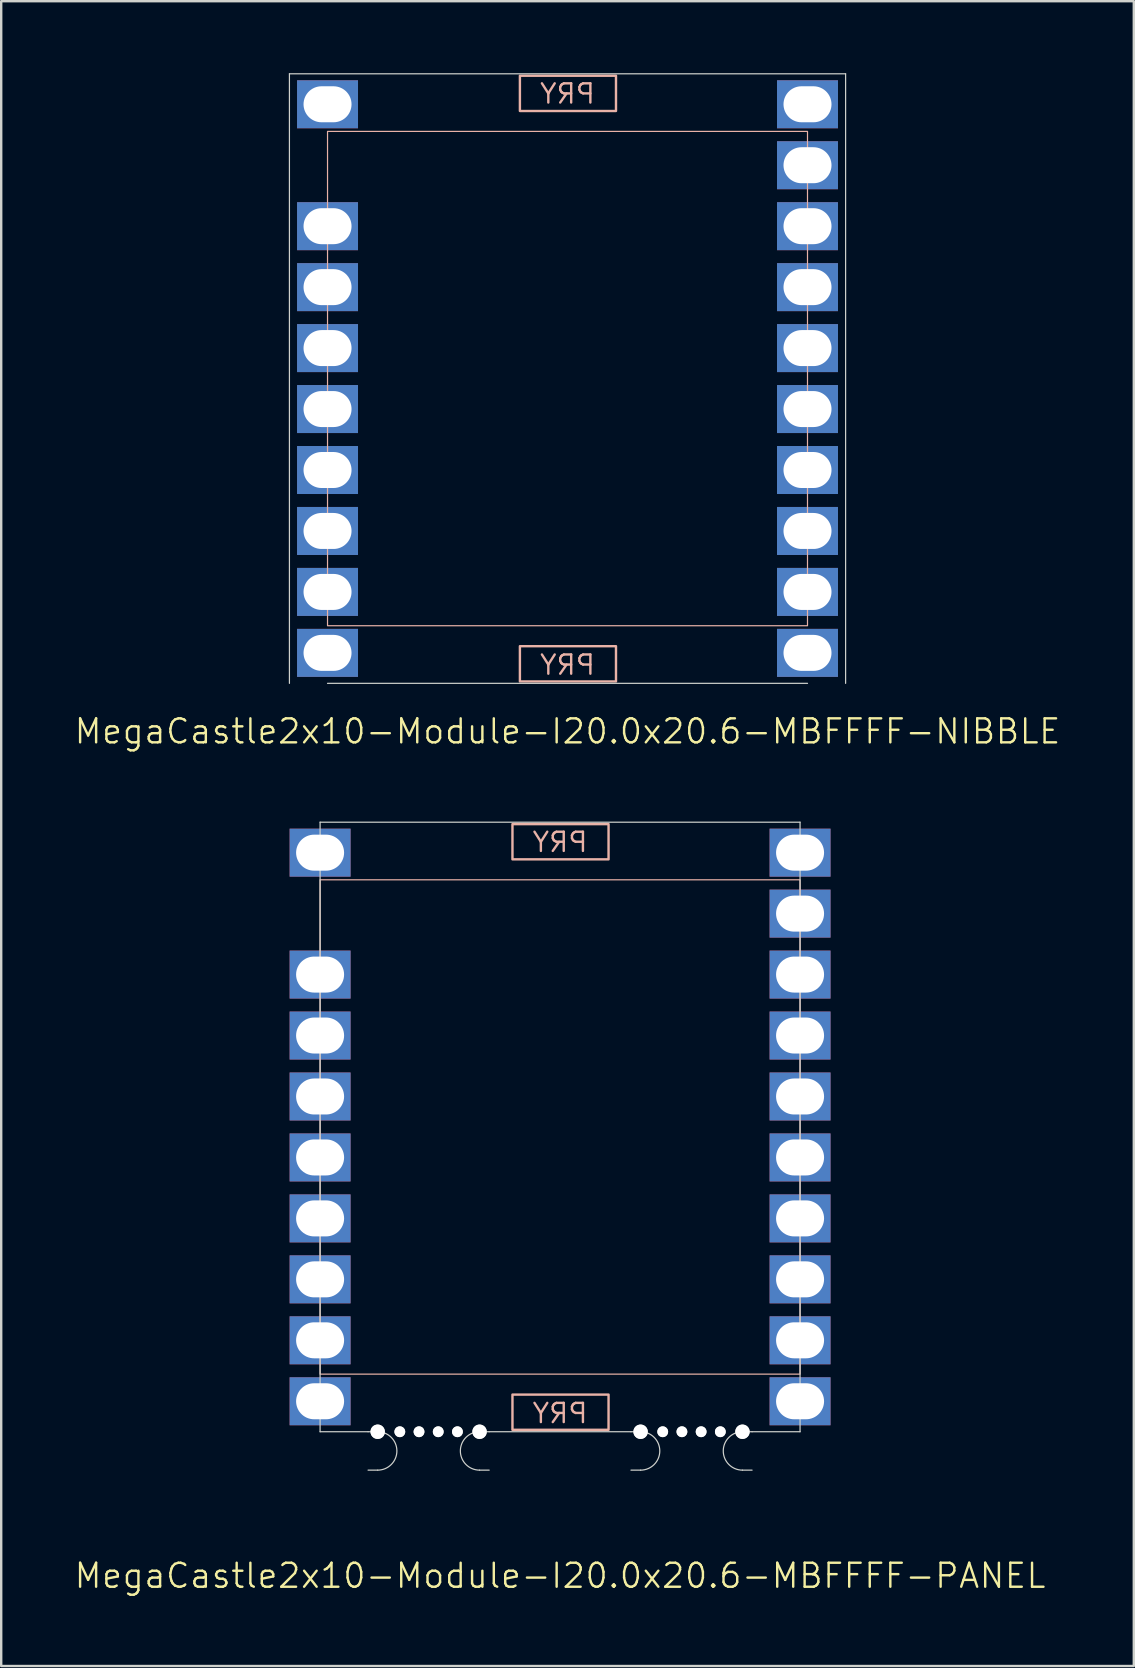
<source format=kicad_pcb>
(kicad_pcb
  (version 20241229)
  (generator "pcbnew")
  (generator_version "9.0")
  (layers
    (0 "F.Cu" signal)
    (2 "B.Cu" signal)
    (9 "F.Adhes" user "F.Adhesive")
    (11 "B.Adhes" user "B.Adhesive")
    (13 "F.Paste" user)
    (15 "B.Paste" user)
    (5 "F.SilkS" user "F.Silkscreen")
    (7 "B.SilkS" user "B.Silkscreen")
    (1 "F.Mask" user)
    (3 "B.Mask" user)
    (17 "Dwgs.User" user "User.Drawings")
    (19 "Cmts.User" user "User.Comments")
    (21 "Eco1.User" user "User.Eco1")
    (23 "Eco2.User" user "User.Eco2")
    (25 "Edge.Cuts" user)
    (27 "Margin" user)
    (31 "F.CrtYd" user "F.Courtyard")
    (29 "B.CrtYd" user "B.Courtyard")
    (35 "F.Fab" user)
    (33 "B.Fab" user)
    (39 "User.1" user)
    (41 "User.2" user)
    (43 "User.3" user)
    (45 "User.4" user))
  (footprint "MegaCastle2x10-Module-I20.0x20.6-MBFFFF-PANEL"
    (layer "F.Cu")
    (at 20.288 43.91)
    (property "Reference" "MegaCastle2x10-Module-I20.0x20.6-MBFFFF-PANEL" (at 0 18.7 0) (unlocked yes) (layer "F.SilkS") (effects (font (size 1 1) (thickness 0.1))))
    (attr smd)
    (fp_rect (start -10 10.3) (end 10 -10.3) (stroke (width 0.05) (type default)) (fill no) (layer "B.SilkS"))
    (fp_rect (start -1.984 -11.151) (end 2.02 -12.62) (stroke (width 0.1) (type default)) (fill no) (layer "B.SilkS"))
    (fp_rect (start -1.984 11.151) (end 2.02 12.62) (stroke (width 0.1) (type default)) (fill no) (layer "B.SilkS"))
    (fp_line (start -10 -12.7) (end -10 12.7) (stroke (width 0.05) (type default)) (layer "Edge.Cuts"))
    (fp_line (start -10 -12.7) (end 10 -12.7) (stroke (width 0.05) (type default)) (layer "Edge.Cuts"))
    (fp_line (start -10 12.7) (end -8 12.7) (stroke (width 0.05) (type default)) (layer "Edge.Cuts"))
    (fp_line (start -8 12.7) (end -7.6 12.7) (stroke (width 0.05) (type default)) (layer "Edge.Cuts"))
    (fp_line (start -8 14.3) (end -7.6 14.3) (stroke (width 0.05) (type default)) (layer "Edge.Cuts"))
    (fp_line (start -2.955 12.7) (end -3.355 12.7) (stroke (width 0.05) (type default)) (layer "Edge.Cuts"))
    (fp_line (start -2.955 12.7) (end 2.955 12.7) (stroke (width 0.05) (type default)) (layer "Edge.Cuts"))
    (fp_line (start -2.955 14.3) (end -3.355 14.3) (stroke (width 0.05) (type default)) (layer "Edge.Cuts"))
    (fp_line (start 2.955 12.7) (end 3.355 12.7) (stroke (width 0.05) (type default)) (layer "Edge.Cuts"))
    (fp_line (start 2.955 14.3) (end 3.355 14.3) (stroke (width 0.05) (type default)) (layer "Edge.Cuts"))
    (fp_line (start 8 12.7) (end 7.6 12.7) (stroke (width 0.05) (type default)) (layer "Edge.Cuts"))
    (fp_line (start 8 12.7) (end 10 12.7) (stroke (width 0.05) (type default)) (layer "Edge.Cuts"))
    (fp_line (start 8 14.3) (end 7.6 14.3) (stroke (width 0.05) (type default)) (layer "Edge.Cuts"))
    (fp_line (start 10 -12.7) (end 10 12.7) (stroke (width 0.05) (type default)) (layer "Edge.Cuts"))
    (fp_arc (start -7.6 12.7) (mid -6.8 13.5) (end -7.6 14.3) (stroke (width 0.05) (type default)) (layer "Edge.Cuts"))
    (fp_arc (start -3.355 14.3) (mid -4.155 13.5) (end -3.355 12.7) (stroke (width 0.05) (type default)) (layer "Edge.Cuts"))
    (fp_arc (start 3.355 12.7) (mid 4.155 13.5) (end 3.355 14.3) (stroke (width 0.05) (type default)) (layer "Edge.Cuts"))
    (fp_arc (start 7.6 14.3) (mid 6.8 13.5) (end 7.6 12.7) (stroke (width 0.05) (type default)) (layer "Edge.Cuts"))
    (fp_text user "PRY" (at 0 12.4 0) (unlocked yes) (layer "B.SilkS") (effects (font (size 0.8 0.8) (thickness 0.1)) (justify bottom mirror)))
    (fp_text user "PRY" (at 0 -11.4 0) (unlocked yes) (layer "B.SilkS") (effects (font (size 0.8 0.8) (thickness 0.1)) (justify bottom mirror)))
    (pad "" np_thru_hole circle (at -7.6 12.7) (size 0.6 0.6) (drill 0.6) (layers "*.Cu" "Edge.Cuts"))
    (pad "" np_thru_hole circle (at -6.678 12.7) (size 0.45 0.45) (drill 0.45) (layers "*.Cu" "Edge.Cuts"))
    (pad "" np_thru_hole circle (at -5.878 12.7) (size 0.45 0.45) (drill 0.45) (layers "*.Cu" "Edge.Cuts"))
    (pad "" np_thru_hole circle (at -5.077 12.7) (size 0.45 0.45) (drill 0.45) (layers "*.Cu" "Edge.Cuts"))
    (pad "" np_thru_hole circle (at -4.277 12.7) (size 0.45 0.45) (drill 0.45) (layers "*.Cu" "Edge.Cuts"))
    (pad "" np_thru_hole circle (at -3.355 12.7) (size 0.6 0.6) (drill 0.6) (layers "*.Cu" "Edge.Cuts"))
    (pad "" np_thru_hole circle (at 3.355 12.7) (size 0.6 0.6) (drill 0.6) (layers "*.Cu" "Edge.Cuts"))
    (pad "" np_thru_hole circle (at 4.277 12.7) (size 0.45 0.45) (drill 0.45) (layers "*.Cu" "Edge.Cuts"))
    (pad "" np_thru_hole circle (at 5.077 12.7) (size 0.45 0.45) (drill 0.45) (layers "*.Cu" "Edge.Cuts"))
    (pad "" np_thru_hole circle (at 5.878 12.7) (size 0.45 0.45) (drill 0.45) (layers "*.Cu" "Edge.Cuts"))
    (pad "" np_thru_hole circle (at 6.678 12.7) (size 0.45 0.45) (drill 0.45) (layers "*.Cu" "Edge.Cuts"))
    (pad "" np_thru_hole circle (at 7.6 12.7) (size 0.6 0.6) (drill 0.6) (layers "*.Cu" "Edge.Cuts"))
    (pad "1" thru_hole rect (at -10 -11.43) (size 2.54 2) (drill oval 2 1.5) (property pad_prop_castellated) (layers "*.Cu" "*.Mask"))
    (pad "3" thru_hole rect (at -10 -6.35) (size 2.54 2) (drill oval 2 1.5) (property pad_prop_castellated) (layers "*.Cu" "*.Mask"))
    (pad "4" thru_hole rect (at -10 -3.81) (size 2.54 2) (drill oval 2 1.5) (property pad_prop_castellated) (layers "*.Cu" "*.Mask"))
    (pad "5" thru_hole rect (at -10 -1.27) (size 2.54 2) (drill oval 2 1.5) (property pad_prop_castellated) (layers "*.Cu" "*.Mask"))
    (pad "6" thru_hole rect (at -10 1.27) (size 2.54 2) (drill oval 2 1.5) (property pad_prop_castellated) (layers "*.Cu" "*.Mask"))
    (pad "7" thru_hole rect (at -10 3.81) (size 2.54 2) (drill oval 2 1.5) (property pad_prop_castellated) (layers "*.Cu" "*.Mask"))
    (pad "8" thru_hole rect (at -10 6.35) (size 2.54 2) (drill oval 2 1.5) (property pad_prop_castellated) (layers "*.Cu" "*.Mask"))
    (pad "9" thru_hole rect (at -10 8.89) (size 2.54 2) (drill oval 2 1.5) (property pad_prop_castellated) (layers "*.Cu" "*.Mask"))
    (pad "10" thru_hole rect (at -10 11.43) (size 2.54 2) (drill oval 2 1.5) (property pad_prop_castellated) (layers "*.Cu" "*.Mask"))
    (pad "11" thru_hole rect (at 10 -11.43) (size 2.54 2) (drill oval 2 1.5) (property pad_prop_castellated) (layers "*.Cu" "*.Mask"))
    (pad "12" thru_hole rect (at 10 -8.89) (size 2.54 2) (drill oval 2 1.5) (property pad_prop_castellated) (layers "*.Cu" "*.Mask"))
    (pad "13" thru_hole rect (at 10 -6.35) (size 2.54 2) (drill oval 2 1.5) (property pad_prop_castellated) (layers "*.Cu" "*.Mask"))
    (pad "14" thru_hole rect (at 10 -3.81) (size 2.54 2) (drill oval 2 1.5) (property pad_prop_castellated) (layers "*.Cu" "*.Mask"))
    (pad "15" thru_hole rect (at 10 -1.27) (size 2.54 2) (drill oval 2 1.5) (property pad_prop_castellated) (layers "*.Cu" "*.Mask"))
    (pad "16" thru_hole rect (at 10 1.27) (size 2.54 2) (drill oval 2 1.5) (property pad_prop_castellated) (layers "*.Cu" "*.Mask"))
    (pad "17" thru_hole rect (at 10 3.81) (size 2.54 2) (drill oval 2 1.5) (property pad_prop_castellated) (layers "*.Cu" "*.Mask"))
    (pad "18" thru_hole rect (at 10 6.35) (size 2.54 2) (drill oval 2 1.5) (property pad_prop_castellated) (layers "*.Cu" "*.Mask"))
    (pad "19" thru_hole rect (at 10 8.89) (size 2.54 2) (drill oval 2 1.5) (property pad_prop_castellated) (layers "*.Cu" "*.Mask"))
    (pad "20" thru_hole rect (at 10 11.43) (size 2.54 2) (drill oval 2 1.5) (property pad_prop_castellated) (layers "*.Cu" "*.Mask"))
    (zone (net_name "") (layer "B.Cu") (hatch edge 0.5) (connect_pads) (min_thickness 0.25) (filled_areas_thickness no) (keepout (tracks allowed) (vias allowed) (pads allowed) (copperpour allowed) (footprints not_allowed)) (placement (enabled no)) (fill) (polygon (pts (xy 10.288 56.611) (xy 10.288 31.21))))
    (zone (net_name "") (layer "B.Cu") (hatch edge 0.5) (connect_pads) (min_thickness 0.25) (filled_areas_thickness no) (keepout (tracks allowed) (vias allowed) (pads allowed) (copperpour allowed) (footprints not_allowed)) (placement (enabled no)) (fill) (polygon (pts (xy 30.288 56.611) (xy 30.288 31.21))))
    (zone (net_name "") (layer "B.Cu") (hatch edge 0.5) (connect_pads) (min_thickness 0.25) (filled_areas_thickness no) (keepout (tracks allowed) (vias allowed) (pads allowed) (copperpour allowed) (footprints not_allowed)) (placement (enabled no)) (fill) (polygon (pts (xy 10.288 31.21) (xy 10.288 33.611) (xy 30.288 33.611) (xy 30.288 31.21))))
    (zone (net_name "") (layer "B.Cu") (hatch edge 0.5) (connect_pads) (min_thickness 0.25) (filled_areas_thickness no) (keepout (tracks allowed) (vias allowed) (pads allowed) (copperpour allowed) (footprints not_allowed)) (placement (enabled no)) (fill) (polygon (pts (xy 10.288 56.611) (xy 10.288 54.211) (xy 30.288 54.211) (xy 30.288 56.611))))
    (zone (net_name "") (layer "B.Cu") (name "Upper Pry Zone") (hatch edge 0.5) (connect_pads) (min_thickness 0.25) (filled_areas_thickness no) (keepout (tracks not_allowed) (vias not_allowed) (pads not_allowed) (copperpour allowed) (footprints not_allowed)) (placement (enabled no)) (fill) (polygon (pts (xy 18.304 32.759) (xy 18.304 31.291) (xy 22.308 31.291) (xy 22.308 32.759))))
    (zone (net_name "") (layer "B.Cu") (name "Upper Pry Zone") (hatch edge 0.5) (connect_pads) (min_thickness 0.25) (filled_areas_thickness no) (keepout (tracks not_allowed) (vias not_allowed) (pads not_allowed) (copperpour allowed) (footprints not_allowed)) (placement (enabled no)) (fill) (polygon (pts (xy 18.304 55.062) (xy 18.304 56.531) (xy 22.308 56.531) (xy 22.308 55.062)))))
  (footprint "MegaCastle2x10-Module-I20.0x20.6-MBFFFF-NIBBLE"
    (layer "F.Cu")
    (at 20.598 12.725)
    (property "Reference" "MegaCastle2x10-Module-I20.0x20.6-MBFFFF-NIBBLE" (at 0 14.7 0) (unlocked yes) (layer "F.SilkS") (effects (font (size 1 1) (thickness 0.1))))
    (attr smd)
    (fp_rect (start -10 10.3) (end 10 -10.3) (stroke (width 0.05) (type default)) (fill no) (layer "B.SilkS"))
    (fp_rect (start -1.984 -11.151) (end 2.02 -12.62) (stroke (width 0.1) (type default)) (fill no) (layer "B.SilkS"))
    (fp_rect (start -1.984 11.151) (end 2.02 12.62) (stroke (width 0.1) (type default)) (fill no) (layer "B.SilkS"))
    (fp_line (start -11.588 -12.7) (end -11.588 12.7) (stroke (width 0.05) (type default)) (layer "Edge.Cuts"))
    (fp_line (start -11.588 -12.7) (end 11.588 -12.7) (stroke (width 0.05) (type default)) (layer "Edge.Cuts"))
    (fp_line (start -10 12.7) (end 10 12.7) (stroke (width 0.05) (type default)) (layer "Edge.Cuts"))
    (fp_line (start 11.588 -12.7) (end 11.588 12.7) (stroke (width 0.05) (type default)) (layer "Edge.Cuts"))
    (fp_text user "PRY" (at 0 12.4 0) (unlocked yes) (layer "B.SilkS") (effects (font (size 0.8 0.8) (thickness 0.1)) (justify bottom mirror)))
    (fp_text user "PRY" (at 0 -11.4 0) (unlocked yes) (layer "B.SilkS") (effects (font (size 0.8 0.8) (thickness 0.1)) (justify bottom mirror)))
    (pad "1" thru_hole rect (at -10 -11.43) (size 2.54 2) (drill oval 2 1.5) (property pad_prop_castellated) (layers "*.Cu" "*.Mask"))
    (pad "3" thru_hole rect (at -10 -6.35) (size 2.54 2) (drill oval 2 1.5) (property pad_prop_castellated) (layers "*.Cu" "*.Mask"))
    (pad "4" thru_hole rect (at -10 -3.81) (size 2.54 2) (drill oval 2 1.5) (property pad_prop_castellated) (layers "*.Cu" "*.Mask"))
    (pad "5" thru_hole rect (at -10 -1.27) (size 2.54 2) (drill oval 2 1.5) (property pad_prop_castellated) (layers "*.Cu" "*.Mask"))
    (pad "6" thru_hole rect (at -10 1.27) (size 2.54 2) (drill oval 2 1.5) (property pad_prop_castellated) (layers "*.Cu" "*.Mask"))
    (pad "7" thru_hole rect (at -10 3.81) (size 2.54 2) (drill oval 2 1.5) (property pad_prop_castellated) (layers "*.Cu" "*.Mask"))
    (pad "8" thru_hole rect (at -10 6.35) (size 2.54 2) (drill oval 2 1.5) (property pad_prop_castellated) (layers "*.Cu" "*.Mask"))
    (pad "9" thru_hole rect (at -10 8.89) (size 2.54 2) (drill oval 2 1.5) (property pad_prop_castellated) (layers "*.Cu" "*.Mask"))
    (pad "10" thru_hole rect (at -10 11.43) (size 2.54 2) (drill oval 2 1.5) (property pad_prop_castellated) (layers "*.Cu" "*.Mask"))
    (pad "11" thru_hole rect (at 10 -11.43) (size 2.54 2) (drill oval 2 1.5) (property pad_prop_castellated) (layers "*.Cu" "*.Mask"))
    (pad "12" thru_hole rect (at 10 -8.89) (size 2.54 2) (drill oval 2 1.5) (property pad_prop_castellated) (layers "*.Cu" "*.Mask"))
    (pad "13" thru_hole rect (at 10 -6.35) (size 2.54 2) (drill oval 2 1.5) (property pad_prop_castellated) (layers "*.Cu" "*.Mask"))
    (pad "14" thru_hole rect (at 10 -3.81) (size 2.54 2) (drill oval 2 1.5) (property pad_prop_castellated) (layers "*.Cu" "*.Mask"))
    (pad "15" thru_hole rect (at 10 -1.27) (size 2.54 2) (drill oval 2 1.5) (property pad_prop_castellated) (layers "*.Cu" "*.Mask"))
    (pad "16" thru_hole rect (at 10 1.27) (size 2.54 2) (drill oval 2 1.5) (property pad_prop_castellated) (layers "*.Cu" "*.Mask"))
    (pad "17" thru_hole rect (at 10 3.81) (size 2.54 2) (drill oval 2 1.5) (property pad_prop_castellated) (layers "*.Cu" "*.Mask"))
    (pad "18" thru_hole rect (at 10 6.35) (size 2.54 2) (drill oval 2 1.5) (property pad_prop_castellated) (layers "*.Cu" "*.Mask"))
    (pad "19" thru_hole rect (at 10 8.89) (size 2.54 2) (drill oval 2 1.5) (property pad_prop_castellated) (layers "*.Cu" "*.Mask"))
    (pad "20" thru_hole rect (at 10 11.43) (size 2.54 2) (drill oval 2 1.5) (property pad_prop_castellated) (layers "*.Cu" "*.Mask"))
    (zone (net_name "") (layer "B.Cu") (hatch edge 0.5) (connect_pads) (min_thickness 0.25) (filled_areas_thickness no) (keepout (tracks allowed) (vias allowed) (pads allowed) (copperpour allowed) (footprints not_allowed)) (placement (enabled no)) (fill) (polygon (pts (xy 10.598 25.425) (xy 10.598 0.025))))
    (zone (net_name "") (layer "B.Cu") (hatch edge 0.5) (connect_pads) (min_thickness 0.25) (filled_areas_thickness no) (keepout (tracks allowed) (vias allowed) (pads allowed) (copperpour allowed) (footprints not_allowed)) (placement (enabled no)) (fill) (polygon (pts (xy 30.598 25.425) (xy 30.598 0.025))))
    (zone (net_name "") (layer "B.Cu") (hatch edge 0.5) (connect_pads) (min_thickness 0.25) (filled_areas_thickness no) (keepout (tracks allowed) (vias allowed) (pads allowed) (copperpour allowed) (footprints not_allowed)) (placement (enabled no)) (fill) (polygon (pts (xy 10.598 0.025) (xy 10.598 2.425) (xy 30.598 2.425) (xy 30.598 0.025))))
    (zone (net_name "") (layer "B.Cu") (hatch edge 0.5) (connect_pads) (min_thickness 0.25) (filled_areas_thickness no) (keepout (tracks allowed) (vias allowed) (pads allowed) (copperpour allowed) (footprints not_allowed)) (placement (enabled no)) (fill) (polygon (pts (xy 10.598 25.425) (xy 10.598 23.025) (xy 30.598 23.025) (xy 30.598 25.425))))
    (zone (net_name "") (layer "B.Cu") (name "Upper Pry Zone") (hatch edge 0.5) (connect_pads) (min_thickness 0.25) (filled_areas_thickness no) (keepout (tracks not_allowed) (vias not_allowed) (pads not_allowed) (copperpour allowed) (footprints not_allowed)) (placement (enabled no)) (fill) (polygon (pts (xy 18.613 1.574) (xy 18.613 0.105) (xy 22.617 0.105) (xy 22.617 1.574))))
    (zone (net_name "") (layer "B.Cu") (name "Upper Pry Zone") (hatch edge 0.5) (connect_pads) (min_thickness 0.25) (filled_areas_thickness no) (keepout (tracks not_allowed) (vias not_allowed) (pads not_allowed) (copperpour allowed) (footprints not_allowed)) (placement (enabled no)) (fill) (polygon (pts (xy 18.613 23.876) (xy 18.613 25.345) (xy 22.617 25.345) (xy 22.617 23.876)))))
  (gr_rect
    (start -3 -3)
    (end 44.195 66.371)
    (stroke (width 0.1) (type default))
    (fill no)
    (layer "Edge.Cuts")))
</source>
